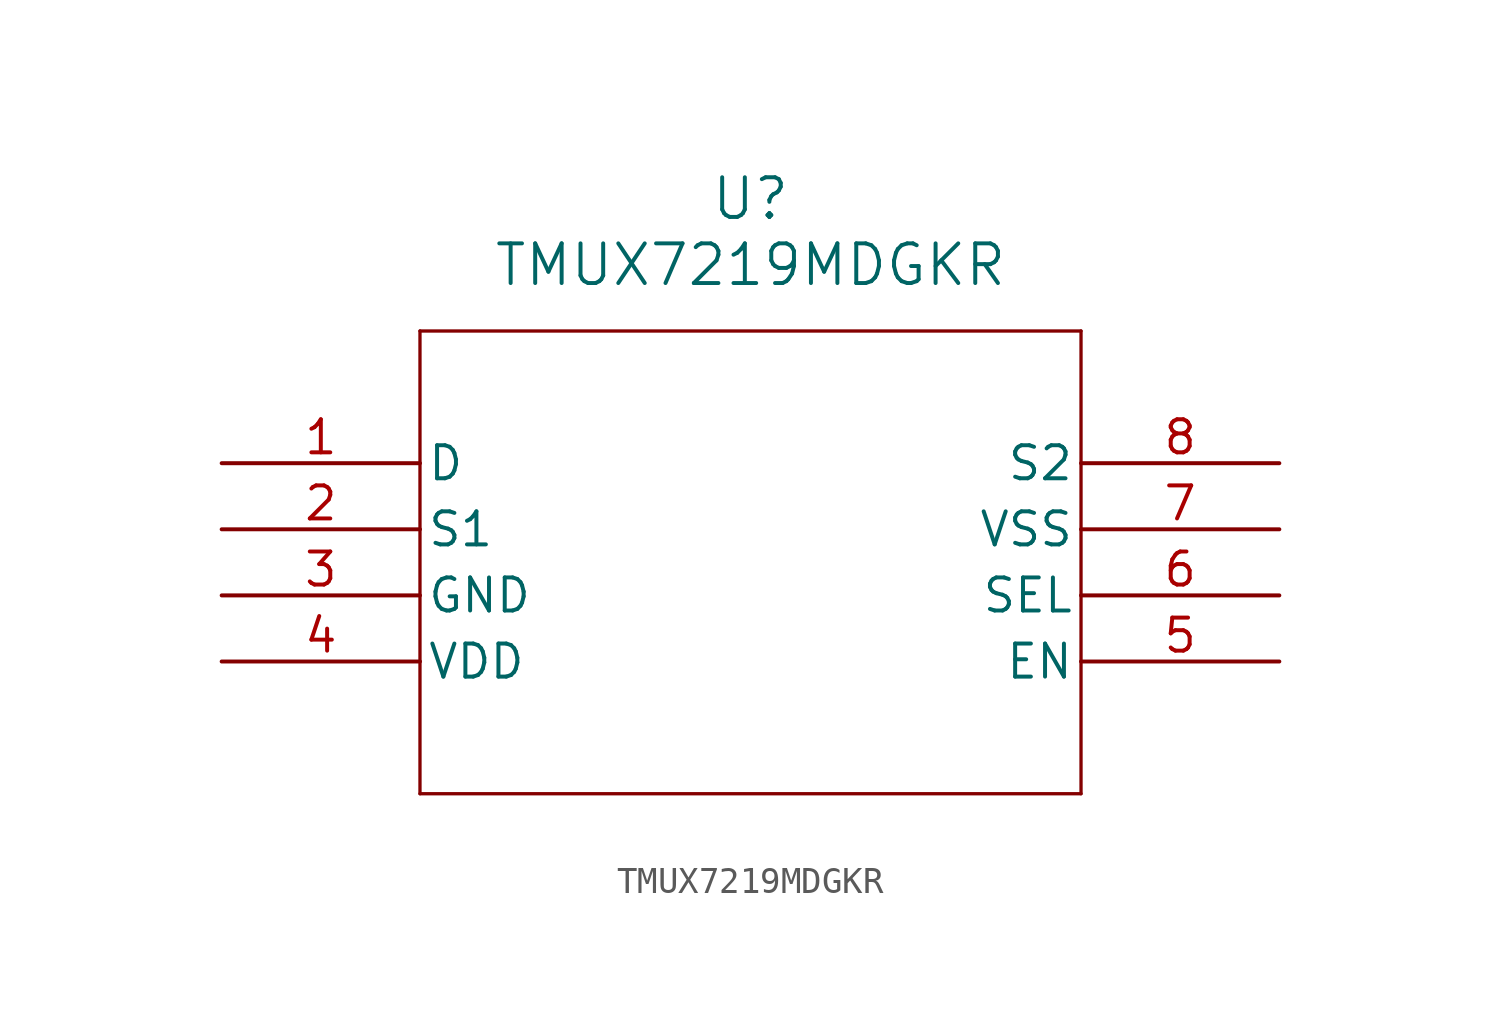
<source format=kicad_sym>
(kicad_symbol_lib
  (version 20211014)
  (generator kicad_symbol_editor)
  (symbol "TMUX7219MDGKR"
    (pin_names
      (offset 0.254))
    (property "Reference" "U"
      (at 20.32 10.16 0)
      (effects (font (size 1.524 1.524))))
    (property "Value" "TMUX7219MDGKR"
      (at 20.32 7.62 0)
      (effects (font (size 1.524 1.524))))
    (symbol "TMUX7219MDGKR_0_1"
      (polyline (pts (xy 7.62 5.08) (xy 7.62 -12.7)) (stroke (width 0.127) (type default) (color 0 0 0 0)) (fill (type none)))
      (polyline (pts (xy 7.62 -12.7) (xy 33.02 -12.7)) (stroke (width 0.127) (type default) (color 0 0 0 0)) (fill (type none)))
      (polyline (pts (xy 33.02 -12.7) (xy 33.02 5.08)) (stroke (width 0.127) (type default) (color 0 0 0 0)) (fill (type none)))
      (polyline (pts (xy 33.02 5.08) (xy 7.62 5.08)) (stroke (width 0.127) (type default) (color 0 0 0 0)) (fill (type none)))
      (pin bidirectional line (at 0 0 0) (length 7.62) (name "D" (effects (font (size 1.27 1.27)))) (number "1" (effects (font (size 1.27 1.27)))))
      (pin bidirectional line (at 0 -2.54 0) (length 7.62) (name "S1" (effects (font (size 1.27 1.27)))) (number "2" (effects (font (size 1.27 1.27)))))
      (pin power_out line (at 0 -5.08 0) (length 7.62) (name "GND" (effects (font (size 1.27 1.27)))) (number "3" (effects (font (size 1.27 1.27)))))
      (pin power_in line (at 0 -7.62 0) (length 7.62) (name "VDD" (effects (font (size 1.27 1.27)))) (number "4" (effects (font (size 1.27 1.27)))))
      (pin input line (at 40.64 -7.62 180) (length 7.62) (name "EN" (effects (font (size 1.27 1.27)))) (number "5" (effects (font (size 1.27 1.27)))))
      (pin input line (at 40.64 -5.08 180) (length 7.62) (name "SEL" (effects (font (size 1.27 1.27)))) (number "6" (effects (font (size 1.27 1.27)))))
      (pin power_out line (at 40.64 -2.54 180) (length 7.62) (name "VSS" (effects (font (size 1.27 1.27)))) (number "7" (effects (font (size 1.27 1.27)))))
      (pin bidirectional line (at 40.64 0 180) (length 7.62) (name "S2" (effects (font (size 1.27 1.27)))) (number "8" (effects (font (size 1.27 1.27))))))))
</source>
